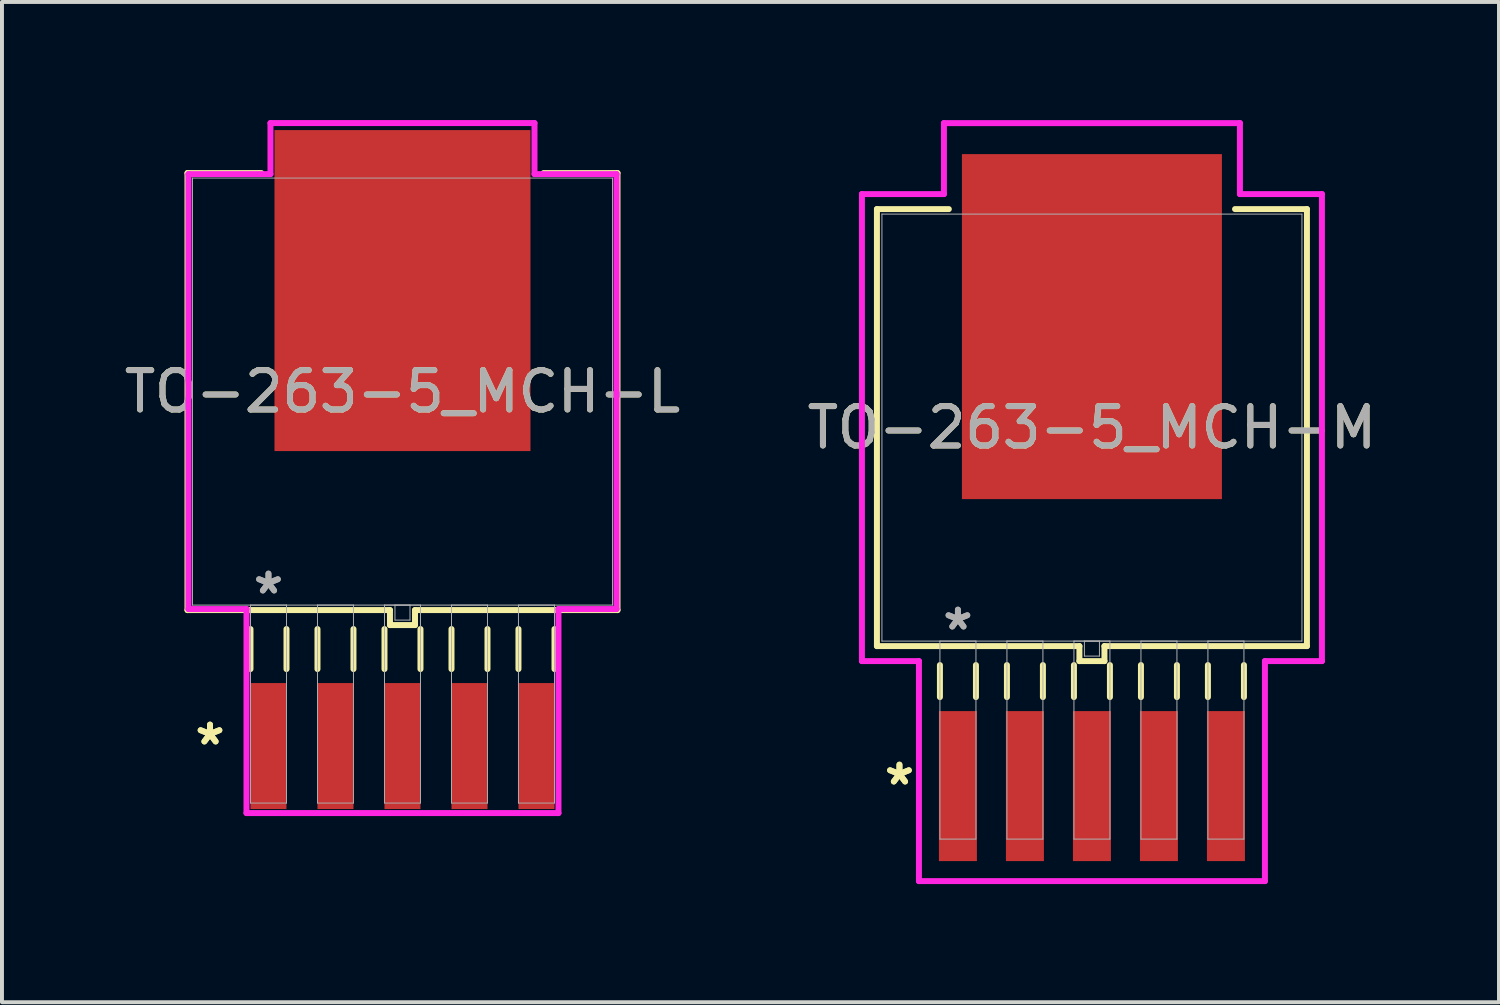
<source format=kicad_pcb>
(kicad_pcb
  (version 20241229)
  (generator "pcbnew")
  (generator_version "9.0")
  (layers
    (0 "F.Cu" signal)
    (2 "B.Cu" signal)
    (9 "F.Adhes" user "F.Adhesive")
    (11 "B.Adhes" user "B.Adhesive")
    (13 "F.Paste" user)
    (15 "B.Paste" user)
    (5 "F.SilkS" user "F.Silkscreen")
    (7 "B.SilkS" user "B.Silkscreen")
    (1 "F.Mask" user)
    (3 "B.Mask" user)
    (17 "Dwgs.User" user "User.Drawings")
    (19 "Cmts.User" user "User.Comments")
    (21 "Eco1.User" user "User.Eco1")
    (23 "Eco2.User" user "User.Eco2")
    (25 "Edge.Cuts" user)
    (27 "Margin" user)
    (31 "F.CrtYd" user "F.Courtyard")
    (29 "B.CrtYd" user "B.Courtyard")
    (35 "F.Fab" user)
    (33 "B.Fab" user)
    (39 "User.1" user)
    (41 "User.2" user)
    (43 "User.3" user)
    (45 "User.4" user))
  (footprint "TO-263-5_MCH-L"
    (layer "F.Cu")
    (at 7.173 6.896)
    (property "Reference" "TO-263-5_MCH-L" (at 0 0 0) (unlocked yes) (layer "F.SilkS") (effects (font (size 1 1) (thickness 0.15))))
    (attr smd)
    (fp_line (start -5.461 -5.55) (end -5.461 5.55) (stroke (width 0.152) (type solid)) (layer "F.SilkS"))
    (fp_line (start -5.461 5.55) (end -0.318 5.55) (stroke (width 0.152) (type solid)) (layer "F.SilkS"))
    (fp_line (start -3.861 6.032) (end -3.861 7.048) (stroke (width 0.152) (type solid)) (layer "F.SilkS"))
    (fp_line (start -3.584 -5.55) (end -5.461 -5.55) (stroke (width 0.152) (type solid)) (layer "F.SilkS"))
    (fp_line (start -2.946 6.032) (end -2.946 7.048) (stroke (width 0.152) (type solid)) (layer "F.SilkS"))
    (fp_line (start -2.159 6.032) (end -2.159 7.048) (stroke (width 0.152) (type solid)) (layer "F.SilkS"))
    (fp_line (start -1.245 6.032) (end -1.245 7.048) (stroke (width 0.152) (type solid)) (layer "F.SilkS"))
    (fp_line (start -0.457 6.032) (end -0.457 7.048) (stroke (width 0.152) (type solid)) (layer "F.SilkS"))
    (fp_line (start -0.318 5.55) (end -0.318 5.931) (stroke (width 0.152) (type solid)) (layer "F.SilkS"))
    (fp_line (start -0.318 5.931) (end 0.318 5.931) (stroke (width 0.152) (type solid)) (layer "F.SilkS"))
    (fp_line (start 0.318 5.55) (end 5.461 5.55) (stroke (width 0.152) (type solid)) (layer "F.SilkS"))
    (fp_line (start 0.318 5.931) (end 0.318 5.55) (stroke (width 0.152) (type solid)) (layer "F.SilkS"))
    (fp_line (start 0.457 6.032) (end 0.457 7.048) (stroke (width 0.152) (type solid)) (layer "F.SilkS"))
    (fp_line (start 1.245 6.032) (end 1.245 7.048) (stroke (width 0.152) (type solid)) (layer "F.SilkS"))
    (fp_line (start 2.159 6.032) (end 2.159 7.048) (stroke (width 0.152) (type solid)) (layer "F.SilkS"))
    (fp_line (start 2.946 6.032) (end 2.946 7.048) (stroke (width 0.152) (type solid)) (layer "F.SilkS"))
    (fp_line (start 3.861 6.032) (end 3.861 7.048) (stroke (width 0.152) (type solid)) (layer "F.SilkS"))
    (fp_line (start 5.461 -5.55) (end 3.584 -5.55) (stroke (width 0.152) (type solid)) (layer "F.SilkS"))
    (fp_line (start 5.461 5.55) (end 5.461 -5.55) (stroke (width 0.152) (type solid)) (layer "F.SilkS"))
    (fp_line (start -5.436 -5.524) (end -3.353 -5.524) (stroke (width 0.152) (type solid)) (layer "F.CrtYd"))
    (fp_line (start -5.436 5.524) (end -5.436 -5.524) (stroke (width 0.152) (type solid)) (layer "F.CrtYd"))
    (fp_line (start -3.962 5.524) (end -5.436 5.524) (stroke (width 0.152) (type solid)) (layer "F.CrtYd"))
    (fp_line (start -3.962 10.706) (end -3.962 5.524) (stroke (width 0.152) (type solid)) (layer "F.CrtYd"))
    (fp_line (start -3.353 -6.82) (end 3.353 -6.82) (stroke (width 0.152) (type solid)) (layer "F.CrtYd"))
    (fp_line (start -3.353 -5.524) (end -3.353 -6.82) (stroke (width 0.152) (type solid)) (layer "F.CrtYd"))
    (fp_line (start 3.353 -6.82) (end 3.353 -5.524) (stroke (width 0.152) (type solid)) (layer "F.CrtYd"))
    (fp_line (start 3.353 -5.524) (end 5.436 -5.524) (stroke (width 0.152) (type solid)) (layer "F.CrtYd"))
    (fp_line (start 3.962 5.524) (end 3.962 10.706) (stroke (width 0.152) (type solid)) (layer "F.CrtYd"))
    (fp_line (start 3.962 10.706) (end -3.962 10.706) (stroke (width 0.152) (type solid)) (layer "F.CrtYd"))
    (fp_line (start 5.436 -5.524) (end 5.436 5.524) (stroke (width 0.152) (type solid)) (layer "F.CrtYd"))
    (fp_line (start 5.436 5.524) (end 3.962 5.524) (stroke (width 0.152) (type solid)) (layer "F.CrtYd"))
    (fp_line (start -5.334 -5.423) (end -5.334 5.423) (stroke (width 0.025) (type solid)) (layer "F.Fab"))
    (fp_line (start -5.334 5.423) (end 5.334 5.423) (stroke (width 0.025) (type solid)) (layer "F.Fab"))
    (fp_line (start -3.861 5.423) (end -3.861 10.452) (stroke (width 0.025) (type solid)) (layer "F.Fab"))
    (fp_line (start -3.861 10.452) (end -2.946 10.452) (stroke (width 0.025) (type solid)) (layer "F.Fab"))
    (fp_line (start -2.946 5.423) (end -3.861 5.423) (stroke (width 0.025) (type solid)) (layer "F.Fab"))
    (fp_line (start -2.946 10.452) (end -2.946 5.423) (stroke (width 0.025) (type solid)) (layer "F.Fab"))
    (fp_line (start -2.159 5.423) (end -2.159 10.452) (stroke (width 0.025) (type solid)) (layer "F.Fab"))
    (fp_line (start -2.159 10.452) (end -1.245 10.452) (stroke (width 0.025) (type solid)) (layer "F.Fab"))
    (fp_line (start -1.245 5.423) (end -2.159 5.423) (stroke (width 0.025) (type solid)) (layer "F.Fab"))
    (fp_line (start -1.245 10.452) (end -1.245 5.423) (stroke (width 0.025) (type solid)) (layer "F.Fab"))
    (fp_line (start -0.457 5.423) (end -0.457 10.452) (stroke (width 0.025) (type solid)) (layer "F.Fab"))
    (fp_line (start -0.457 10.452) (end 0.457 10.452) (stroke (width 0.025) (type solid)) (layer "F.Fab"))
    (fp_line (start -0.191 5.423) (end -0.191 5.804) (stroke (width 0.025) (type solid)) (layer "F.Fab"))
    (fp_line (start -0.191 5.804) (end 0.191 5.804) (stroke (width 0.025) (type solid)) (layer "F.Fab"))
    (fp_line (start 0.191 5.423) (end -0.191 5.423) (stroke (width 0.025) (type solid)) (layer "F.Fab"))
    (fp_line (start 0.191 5.804) (end 0.191 5.423) (stroke (width 0.025) (type solid)) (layer "F.Fab"))
    (fp_line (start 0.457 5.423) (end -0.457 5.423) (stroke (width 0.025) (type solid)) (layer "F.Fab"))
    (fp_line (start 0.457 10.452) (end 0.457 5.423) (stroke (width 0.025) (type solid)) (layer "F.Fab"))
    (fp_line (start 1.245 5.423) (end 1.245 10.452) (stroke (width 0.025) (type solid)) (layer "F.Fab"))
    (fp_line (start 1.245 10.452) (end 2.159 10.452) (stroke (width 0.025) (type solid)) (layer "F.Fab"))
    (fp_line (start 2.159 5.423) (end 1.245 5.423) (stroke (width 0.025) (type solid)) (layer "F.Fab"))
    (fp_line (start 2.159 10.452) (end 2.159 5.423) (stroke (width 0.025) (type solid)) (layer "F.Fab"))
    (fp_line (start 2.946 5.423) (end 2.946 10.452) (stroke (width 0.025) (type solid)) (layer "F.Fab"))
    (fp_line (start 2.946 10.452) (end 3.861 10.452) (stroke (width 0.025) (type solid)) (layer "F.Fab"))
    (fp_line (start 3.861 5.423) (end 2.946 5.423) (stroke (width 0.025) (type solid)) (layer "F.Fab"))
    (fp_line (start 3.861 10.452) (end 3.861 5.423) (stroke (width 0.025) (type solid)) (layer "F.Fab"))
    (fp_line (start 5.334 -5.423) (end -5.334 -5.423) (stroke (width 0.025) (type solid)) (layer "F.Fab"))
    (fp_line (start 5.334 5.423) (end 5.334 -5.423) (stroke (width 0.025) (type solid)) (layer "F.Fab"))
    (fp_text user "*" (at -4.889 9.004 0) (layer "F.SilkS") (effects (font (size 1 1) (thickness 0.15))))
    (fp_text user "*" (at -4.889 9.004 0) (unlocked yes) (layer "F.SilkS") (effects (font (size 1 1) (thickness 0.15))))
    (fp_text user "${REFERENCE}" (at 0 0 0) (unlocked yes) (layer "F.Fab") (effects (font (size 1 1) (thickness 0.15))))
    (fp_text user "*" (at -3.404 5.169 0) (layer "F.Fab") (effects (font (size 1 1) (thickness 0.15))))
    (fp_text user "*" (at -3.404 5.169 0) (unlocked yes) (layer "F.Fab") (effects (font (size 1 1) (thickness 0.15))))
    (pad "1" smd rect (at -3.404 9.004) (size 0.914 3.2) (layers "F.Cu" "F.Mask" "F.Paste"))
    (pad "2" smd rect (at -1.702 9.004) (size 0.914 3.2) (layers "F.Cu" "F.Mask" "F.Paste"))
    (pad "3" smd rect (at 0 9.004) (size 0.914 3.2) (layers "F.Cu" "F.Mask" "F.Paste"))
    (pad "4" smd rect (at 1.702 9.004) (size 0.914 3.2) (layers "F.Cu" "F.Mask" "F.Paste"))
    (pad "5" smd rect (at 3.404 9.004) (size 0.914 3.2) (layers "F.Cu" "F.Mask" "F.Paste"))
    (pad "6" smd rect (at 0 -2.565) (size 6.502 8.153) (layers "F.Cu" "F.Mask" "F.Paste")))
  (footprint "TO-263-5_MCH-M"
    (layer "F.Cu")
    (at 24.685 7.811)
    (property "Reference" "TO-263-5_MCH-M" (at 0 0 0) (unlocked yes) (layer "F.SilkS") (effects (font (size 1 1) (thickness 0.15))))
    (attr smd)
    (fp_line (start -5.461 -5.55) (end -5.461 5.55) (stroke (width 0.152) (type solid)) (layer "F.SilkS"))
    (fp_line (start -5.461 5.55) (end -0.318 5.55) (stroke (width 0.152) (type solid)) (layer "F.SilkS"))
    (fp_line (start -3.861 6.032) (end -3.861 6.845) (stroke (width 0.152) (type solid)) (layer "F.SilkS"))
    (fp_line (start -3.635 -5.55) (end -5.461 -5.55) (stroke (width 0.152) (type solid)) (layer "F.SilkS"))
    (fp_line (start -2.946 6.032) (end -2.946 6.845) (stroke (width 0.152) (type solid)) (layer "F.SilkS"))
    (fp_line (start -2.159 6.032) (end -2.159 6.845) (stroke (width 0.152) (type solid)) (layer "F.SilkS"))
    (fp_line (start -1.245 6.032) (end -1.245 6.845) (stroke (width 0.152) (type solid)) (layer "F.SilkS"))
    (fp_line (start -0.457 6.032) (end -0.457 6.845) (stroke (width 0.152) (type solid)) (layer "F.SilkS"))
    (fp_line (start -0.318 5.55) (end -0.318 5.931) (stroke (width 0.152) (type solid)) (layer "F.SilkS"))
    (fp_line (start -0.318 5.931) (end 0.318 5.931) (stroke (width 0.152) (type solid)) (layer "F.SilkS"))
    (fp_line (start 0.318 5.55) (end 5.461 5.55) (stroke (width 0.152) (type solid)) (layer "F.SilkS"))
    (fp_line (start 0.318 5.931) (end 0.318 5.55) (stroke (width 0.152) (type solid)) (layer "F.SilkS"))
    (fp_line (start 0.457 6.032) (end 0.457 6.845) (stroke (width 0.152) (type solid)) (layer "F.SilkS"))
    (fp_line (start 1.245 6.032) (end 1.245 6.845) (stroke (width 0.152) (type solid)) (layer "F.SilkS"))
    (fp_line (start 2.159 6.032) (end 2.159 6.845) (stroke (width 0.152) (type solid)) (layer "F.SilkS"))
    (fp_line (start 2.946 6.032) (end 2.946 6.845) (stroke (width 0.152) (type solid)) (layer "F.SilkS"))
    (fp_line (start 3.861 6.032) (end 3.861 6.845) (stroke (width 0.152) (type solid)) (layer "F.SilkS"))
    (fp_line (start 5.461 -5.55) (end 3.635 -5.55) (stroke (width 0.152) (type solid)) (layer "F.SilkS"))
    (fp_line (start 5.461 5.55) (end 5.461 -5.55) (stroke (width 0.152) (type solid)) (layer "F.SilkS"))
    (fp_line (start -5.842 -5.931) (end -3.759 -5.931) (stroke (width 0.152) (type solid)) (layer "F.CrtYd"))
    (fp_line (start -5.842 5.931) (end -5.842 -5.931) (stroke (width 0.152) (type solid)) (layer "F.CrtYd"))
    (fp_line (start -4.394 5.931) (end -5.842 5.931) (stroke (width 0.152) (type solid)) (layer "F.CrtYd"))
    (fp_line (start -4.394 11.519) (end -4.394 5.931) (stroke (width 0.152) (type solid)) (layer "F.CrtYd"))
    (fp_line (start -3.759 -7.734) (end 3.759 -7.734) (stroke (width 0.152) (type solid)) (layer "F.CrtYd"))
    (fp_line (start -3.759 -5.931) (end -3.759 -7.734) (stroke (width 0.152) (type solid)) (layer "F.CrtYd"))
    (fp_line (start 3.759 -7.734) (end 3.759 -5.931) (stroke (width 0.152) (type solid)) (layer "F.CrtYd"))
    (fp_line (start 3.759 -5.931) (end 5.842 -5.931) (stroke (width 0.152) (type solid)) (layer "F.CrtYd"))
    (fp_line (start 4.394 5.931) (end 4.394 11.519) (stroke (width 0.152) (type solid)) (layer "F.CrtYd"))
    (fp_line (start 4.394 11.519) (end -4.394 11.519) (stroke (width 0.152) (type solid)) (layer "F.CrtYd"))
    (fp_line (start 5.842 -5.931) (end 5.842 5.931) (stroke (width 0.152) (type solid)) (layer "F.CrtYd"))
    (fp_line (start 5.842 5.931) (end 4.394 5.931) (stroke (width 0.152) (type solid)) (layer "F.CrtYd"))
    (fp_line (start -5.334 -5.423) (end -5.334 5.423) (stroke (width 0.025) (type solid)) (layer "F.Fab"))
    (fp_line (start -5.334 5.423) (end 5.334 5.423) (stroke (width 0.025) (type solid)) (layer "F.Fab"))
    (fp_line (start -3.861 5.423) (end -3.861 10.452) (stroke (width 0.025) (type solid)) (layer "F.Fab"))
    (fp_line (start -3.861 10.452) (end -2.946 10.452) (stroke (width 0.025) (type solid)) (layer "F.Fab"))
    (fp_line (start -2.946 5.423) (end -3.861 5.423) (stroke (width 0.025) (type solid)) (layer "F.Fab"))
    (fp_line (start -2.946 10.452) (end -2.946 5.423) (stroke (width 0.025) (type solid)) (layer "F.Fab"))
    (fp_line (start -2.159 5.423) (end -2.159 10.452) (stroke (width 0.025) (type solid)) (layer "F.Fab"))
    (fp_line (start -2.159 10.452) (end -1.245 10.452) (stroke (width 0.025) (type solid)) (layer "F.Fab"))
    (fp_line (start -1.245 5.423) (end -2.159 5.423) (stroke (width 0.025) (type solid)) (layer "F.Fab"))
    (fp_line (start -1.245 10.452) (end -1.245 5.423) (stroke (width 0.025) (type solid)) (layer "F.Fab"))
    (fp_line (start -0.457 5.423) (end -0.457 10.452) (stroke (width 0.025) (type solid)) (layer "F.Fab"))
    (fp_line (start -0.457 10.452) (end 0.457 10.452) (stroke (width 0.025) (type solid)) (layer "F.Fab"))
    (fp_line (start -0.191 5.423) (end -0.191 5.804) (stroke (width 0.025) (type solid)) (layer "F.Fab"))
    (fp_line (start -0.191 5.804) (end 0.191 5.804) (stroke (width 0.025) (type solid)) (layer "F.Fab"))
    (fp_line (start 0.191 5.423) (end -0.191 5.423) (stroke (width 0.025) (type solid)) (layer "F.Fab"))
    (fp_line (start 0.191 5.804) (end 0.191 5.423) (stroke (width 0.025) (type solid)) (layer "F.Fab"))
    (fp_line (start 0.457 5.423) (end -0.457 5.423) (stroke (width 0.025) (type solid)) (layer "F.Fab"))
    (fp_line (start 0.457 10.452) (end 0.457 5.423) (stroke (width 0.025) (type solid)) (layer "F.Fab"))
    (fp_line (start 1.245 5.423) (end 1.245 10.452) (stroke (width 0.025) (type solid)) (layer "F.Fab"))
    (fp_line (start 1.245 10.452) (end 2.159 10.452) (stroke (width 0.025) (type solid)) (layer "F.Fab"))
    (fp_line (start 2.159 5.423) (end 1.245 5.423) (stroke (width 0.025) (type solid)) (layer "F.Fab"))
    (fp_line (start 2.159 10.452) (end 2.159 5.423) (stroke (width 0.025) (type solid)) (layer "F.Fab"))
    (fp_line (start 2.946 5.423) (end 2.946 10.452) (stroke (width 0.025) (type solid)) (layer "F.Fab"))
    (fp_line (start 2.946 10.452) (end 3.861 10.452) (stroke (width 0.025) (type solid)) (layer "F.Fab"))
    (fp_line (start 3.861 5.423) (end 2.946 5.423) (stroke (width 0.025) (type solid)) (layer "F.Fab"))
    (fp_line (start 3.861 10.452) (end 3.861 5.423) (stroke (width 0.025) (type solid)) (layer "F.Fab"))
    (fp_line (start 5.334 -5.423) (end -5.334 -5.423) (stroke (width 0.025) (type solid)) (layer "F.Fab"))
    (fp_line (start 5.334 5.423) (end 5.334 -5.423) (stroke (width 0.025) (type solid)) (layer "F.Fab"))
    (fp_text user "*" (at -4.889 9.106 0) (unlocked yes) (layer "F.SilkS") (effects (font (size 1 1) (thickness 0.15))))
    (fp_text user "*" (at -4.889 9.106 0) (layer "F.SilkS") (effects (font (size 1 1) (thickness 0.15))))
    (fp_text user "*" (at -3.404 5.169 0) (unlocked yes) (layer "F.Fab") (effects (font (size 1 1) (thickness 0.15))))
    (fp_text user "*" (at -3.404 5.169 0) (layer "F.Fab") (effects (font (size 1 1) (thickness 0.15))))
    (fp_text user "${REFERENCE}" (at 0 0 0) (unlocked yes) (layer "F.Fab") (effects (font (size 1 1) (thickness 0.15))))
    (pad "1" smd rect (at -3.404 9.106) (size 0.965 3.81) (layers "F.Cu" "F.Mask" "F.Paste"))
    (pad "2" smd rect (at -1.702 9.106) (size 0.965 3.81) (layers "F.Cu" "F.Mask" "F.Paste"))
    (pad "3" smd rect (at 0 9.106) (size 0.965 3.81) (layers "F.Cu" "F.Mask" "F.Paste"))
    (pad "4" smd rect (at 1.702 9.106) (size 0.965 3.81) (layers "F.Cu" "F.Mask" "F.Paste"))
    (pad "5" smd rect (at 3.404 9.106) (size 0.965 3.81) (layers "F.Cu" "F.Mask" "F.Paste"))
    (pad "6" smd rect (at 0 -2.565) (size 6.604 8.763) (layers "F.Cu" "F.Mask" "F.Paste")))
  (gr_rect
    (start -3 -3)
    (end 35.024 22.406)
    (stroke (width 0.1) (type default))
    (fill no)
    (layer "Edge.Cuts")))
</source>
